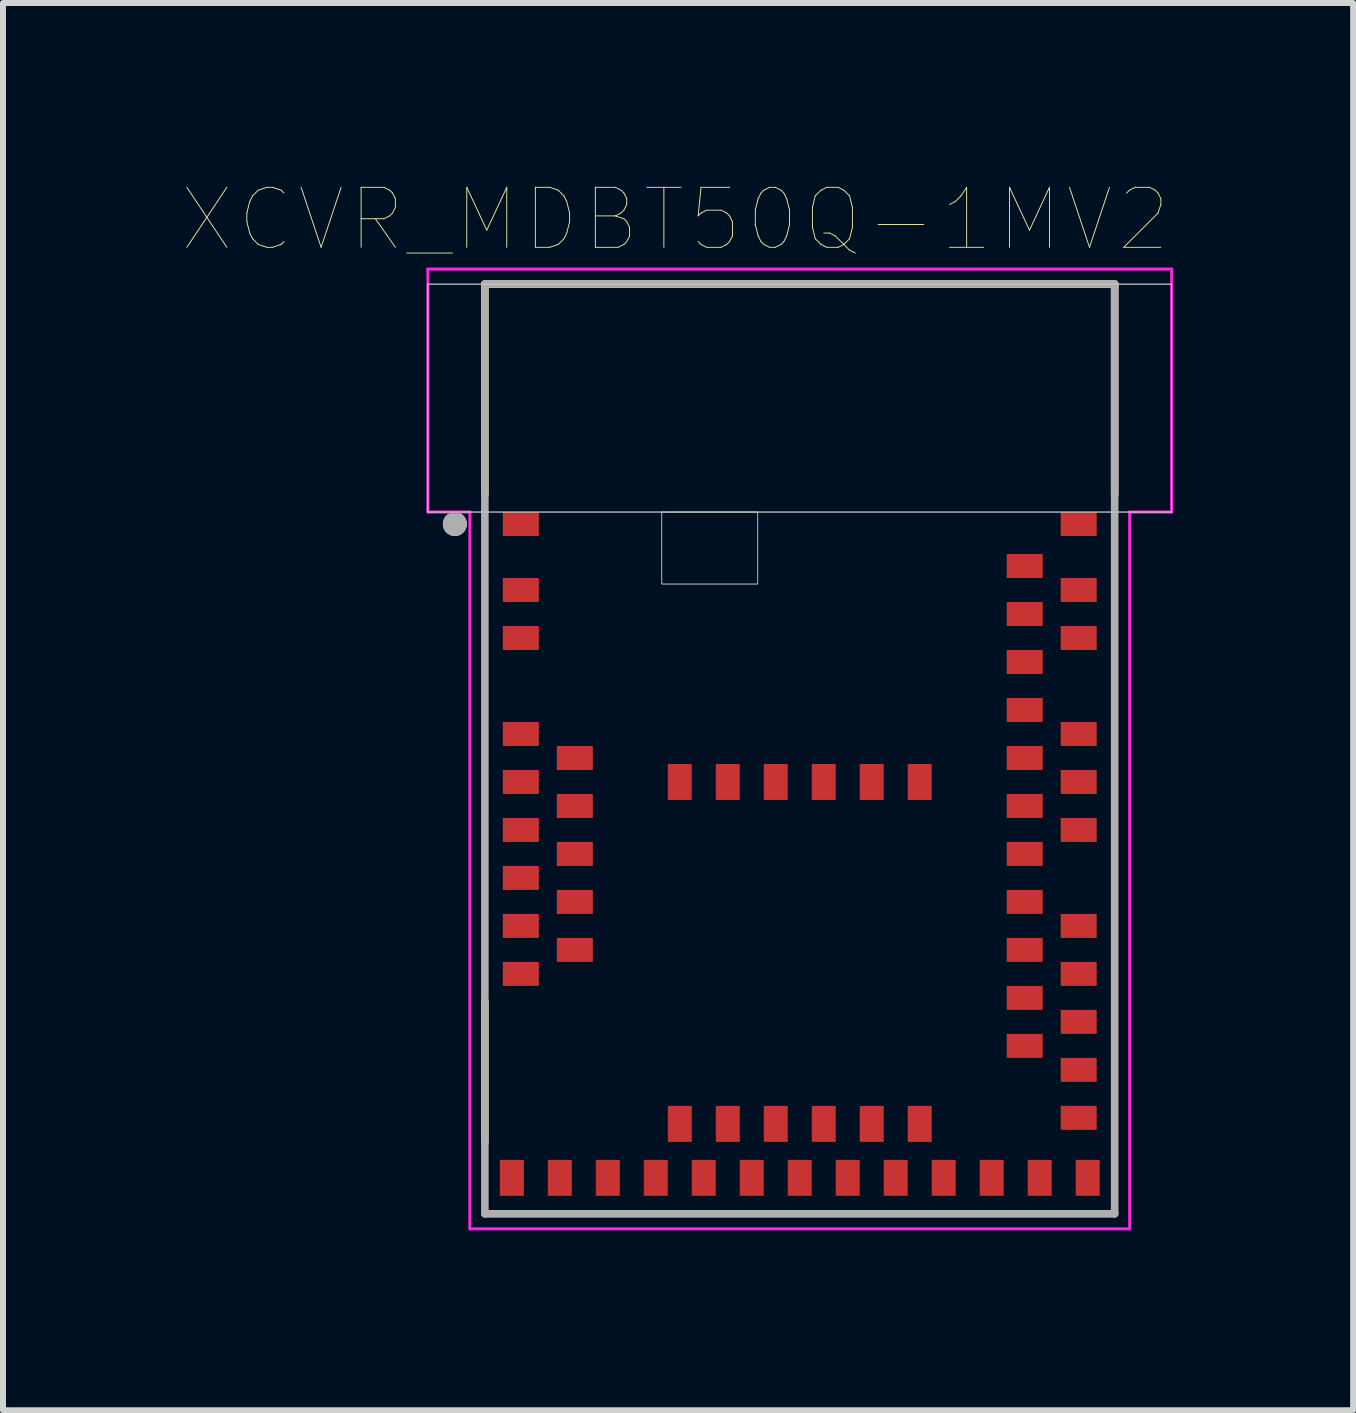
<source format=kicad_pcb>
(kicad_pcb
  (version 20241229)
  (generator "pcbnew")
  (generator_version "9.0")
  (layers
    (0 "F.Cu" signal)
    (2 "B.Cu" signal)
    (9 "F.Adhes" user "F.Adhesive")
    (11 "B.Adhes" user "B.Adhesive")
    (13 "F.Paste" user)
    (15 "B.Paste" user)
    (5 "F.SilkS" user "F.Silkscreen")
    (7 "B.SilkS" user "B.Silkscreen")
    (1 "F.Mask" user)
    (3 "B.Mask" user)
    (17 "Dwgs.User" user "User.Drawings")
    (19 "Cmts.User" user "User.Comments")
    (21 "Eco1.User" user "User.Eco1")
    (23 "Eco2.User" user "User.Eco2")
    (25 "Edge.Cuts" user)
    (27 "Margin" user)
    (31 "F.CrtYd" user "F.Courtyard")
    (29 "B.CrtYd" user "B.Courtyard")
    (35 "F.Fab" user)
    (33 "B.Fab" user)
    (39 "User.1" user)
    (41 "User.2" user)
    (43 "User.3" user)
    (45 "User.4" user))
  (footprint "XCVR_MDBT50Q-1MV2"
    (layer "F.Cu")
    (at 10.283 9.436)
    (property "Reference" "XCVR_MDBT50Q-1MV2" (at -2.075 -8.825 0) (layer "F.SilkS") (effects (font (size 1 1) (thickness 0.015))))
    (attr through_hole)
    (fp_line (start -5.25 -7.75) (end 5.25 -7.75) (stroke (width 0.127) (type solid)) (layer "F.SilkS"))
    (fp_line (start -5.25 -4.25) (end -5.25 -7.75) (stroke (width 0.127) (type solid)) (layer "F.SilkS"))
    (fp_line (start -5.25 4.2) (end -5.25 6.55) (stroke (width 0.127) (type solid)) (layer "F.SilkS"))
    (fp_line (start 5.25 -7.75) (end 5.25 -4.25) (stroke (width 0.127) (type solid)) (layer "F.SilkS"))
    (fp_circle (center -5.75 -3.75) (end -5.65 -3.75) (stroke (width 0.2) (type solid)) (fill no) (layer "F.SilkS"))
    (fp_poly (pts (xy -6.2 -7.75) (xy 6.2 -7.75) (xy 6.2 -3.95) (xy -6.2 -3.95)) (stroke (width 0.01) (type solid)) (fill no) (layer "Dwgs.User"))
    (fp_poly (pts (xy -6.2 -7.75) (xy 6.2 -7.75) (xy 6.2 -3.95) (xy -6.2 -3.95)) (stroke (width 0.01) (type solid)) (fill no) (layer "Dwgs.User"))
    (fp_poly (pts (xy -6.2 -7.75) (xy 6.2 -7.75) (xy 6.2 -3.95) (xy -6.2 -3.95)) (stroke (width 0.01) (type solid)) (fill no) (layer "Dwgs.User"))
    (fp_poly (pts (xy -2.3 -3.95) (xy -0.7 -3.95) (xy -0.7 -2.75) (xy -2.3 -2.75)) (stroke (width 0.01) (type solid)) (fill no) (layer "Dwgs.User"))
    (fp_poly (pts (xy -2.3 -3.95) (xy -0.7 -3.95) (xy -0.7 -2.75) (xy -2.3 -2.75)) (stroke (width 0.01) (type solid)) (fill no) (layer "Dwgs.User"))
    (fp_line (start -6.2 -8) (end 6.2 -8) (stroke (width 0.05) (type solid)) (layer "F.CrtYd"))
    (fp_line (start -6.2 -3.95) (end -6.2 -8) (stroke (width 0.05) (type solid)) (layer "F.CrtYd"))
    (fp_line (start -5.5 -3.95) (end -6.2 -3.95) (stroke (width 0.05) (type solid)) (layer "F.CrtYd"))
    (fp_line (start -5.5 8) (end -5.5 -3.95) (stroke (width 0.05) (type solid)) (layer "F.CrtYd"))
    (fp_line (start 5.5 -3.95) (end 5.5 8) (stroke (width 0.05) (type solid)) (layer "F.CrtYd"))
    (fp_line (start 5.5 8) (end -5.5 8) (stroke (width 0.05) (type solid)) (layer "F.CrtYd"))
    (fp_line (start 6.2 -8) (end 6.2 -3.95) (stroke (width 0.05) (type solid)) (layer "F.CrtYd"))
    (fp_line (start 6.2 -3.95) (end 5.5 -3.95) (stroke (width 0.05) (type solid)) (layer "F.CrtYd"))
    (fp_line (start -5.25 -7.75) (end 5.25 -7.75) (stroke (width 0.127) (type solid)) (layer "F.Fab"))
    (fp_line (start -5.25 7.75) (end -5.25 -7.75) (stroke (width 0.127) (type solid)) (layer "F.Fab"))
    (fp_line (start 5.25 -7.75) (end 5.25 7.75) (stroke (width 0.127) (type solid)) (layer "F.Fab"))
    (fp_line (start 5.25 7.75) (end -5.25 7.75) (stroke (width 0.127) (type solid)) (layer "F.Fab"))
    (fp_circle (center -5.75 -3.75) (end -5.65 -3.75) (stroke (width 0.2) (type solid)) (fill no) (layer "F.Fab"))
    (pad "1" smd rect (at -4.65 -3.75) (size 0.6 0.4) (layers "F.Cu" "F.Mask" "F.Paste"))
    (pad "2" smd rect (at -4.65 -2.65) (size 0.6 0.4) (layers "F.Cu" "F.Mask" "F.Paste"))
    (pad "3" smd rect (at -4.65 -1.85) (size 0.6 0.4) (layers "F.Cu" "F.Mask" "F.Paste"))
    (pad "4" smd rect (at -4.65 -0.25) (size 0.6 0.4) (layers "F.Cu" "F.Mask" "F.Paste"))
    (pad "5" smd rect (at -3.75 0.15) (size 0.6 0.4) (layers "F.Cu" "F.Mask" "F.Paste"))
    (pad "6" smd rect (at -4.65 0.55) (size 0.6 0.4) (layers "F.Cu" "F.Mask" "F.Paste"))
    (pad "7" smd rect (at -3.75 0.95) (size 0.6 0.4) (layers "F.Cu" "F.Mask" "F.Paste"))
    (pad "8" smd rect (at -4.65 1.35) (size 0.6 0.4) (layers "F.Cu" "F.Mask" "F.Paste"))
    (pad "9" smd rect (at -3.75 1.75) (size 0.6 0.4) (layers "F.Cu" "F.Mask" "F.Paste"))
    (pad "10" smd rect (at -4.65 2.15) (size 0.6 0.4) (layers "F.Cu" "F.Mask" "F.Paste"))
    (pad "11" smd rect (at -3.75 2.55) (size 0.6 0.4) (layers "F.Cu" "F.Mask" "F.Paste"))
    (pad "12" smd rect (at -4.65 2.95) (size 0.6 0.4) (layers "F.Cu" "F.Mask" "F.Paste"))
    (pad "13" smd rect (at -3.75 3.35) (size 0.6 0.4) (layers "F.Cu" "F.Mask" "F.Paste"))
    (pad "14" smd rect (at -4.65 3.75) (size 0.6 0.4) (layers "F.Cu" "F.Mask" "F.Paste"))
    (pad "15" smd rect (at -4.8 7.15) (size 0.4 0.6) (layers "F.Cu" "F.Mask" "F.Paste"))
    (pad "16" smd rect (at -4 7.15) (size 0.4 0.6) (layers "F.Cu" "F.Mask" "F.Paste"))
    (pad "17" smd rect (at -3.2 7.15) (size 0.4 0.6) (layers "F.Cu" "F.Mask" "F.Paste"))
    (pad "18" smd rect (at -2.4 7.15) (size 0.4 0.6) (layers "F.Cu" "F.Mask" "F.Paste"))
    (pad "19" smd rect (at -2 6.25) (size 0.4 0.6) (layers "F.Cu" "F.Mask" "F.Paste"))
    (pad "20" smd rect (at -1.6 7.15) (size 0.4 0.6) (layers "F.Cu" "F.Mask" "F.Paste"))
    (pad "21" smd rect (at -1.2 6.25) (size 0.4 0.6) (layers "F.Cu" "F.Mask" "F.Paste"))
    (pad "22" smd rect (at -0.8 7.15) (size 0.4 0.6) (layers "F.Cu" "F.Mask" "F.Paste"))
    (pad "23" smd rect (at -0.4 6.25) (size 0.4 0.6) (layers "F.Cu" "F.Mask" "F.Paste"))
    (pad "24" smd rect (at 0 7.15) (size 0.4 0.6) (layers "F.Cu" "F.Mask" "F.Paste"))
    (pad "25" smd rect (at 0.4 6.25) (size 0.4 0.6) (layers "F.Cu" "F.Mask" "F.Paste"))
    (pad "26" smd rect (at 0.8 7.15) (size 0.4 0.6) (layers "F.Cu" "F.Mask" "F.Paste"))
    (pad "27" smd rect (at 1.2 6.25) (size 0.4 0.6) (layers "F.Cu" "F.Mask" "F.Paste"))
    (pad "28" smd rect (at 1.6 7.15) (size 0.4 0.6) (layers "F.Cu" "F.Mask" "F.Paste"))
    (pad "29" smd rect (at 2 6.25) (size 0.4 0.6) (layers "F.Cu" "F.Mask" "F.Paste"))
    (pad "30" smd rect (at 2.4 7.15) (size 0.4 0.6) (layers "F.Cu" "F.Mask" "F.Paste"))
    (pad "31" smd rect (at 3.2 7.15) (size 0.4 0.6) (layers "F.Cu" "F.Mask" "F.Paste"))
    (pad "32" smd rect (at 4 7.15) (size 0.4 0.6) (layers "F.Cu" "F.Mask" "F.Paste"))
    (pad "33" smd rect (at 4.8 7.15) (size 0.4 0.6) (layers "F.Cu" "F.Mask" "F.Paste"))
    (pad "34" smd rect (at 4.65 6.15) (size 0.6 0.4) (layers "F.Cu" "F.Mask" "F.Paste"))
    (pad "35" smd rect (at 4.65 5.35) (size 0.6 0.4) (layers "F.Cu" "F.Mask" "F.Paste"))
    (pad "36" smd rect (at 3.75 4.95) (size 0.6 0.4) (layers "F.Cu" "F.Mask" "F.Paste"))
    (pad "37" smd rect (at 4.65 4.55) (size 0.6 0.4) (layers "F.Cu" "F.Mask" "F.Paste"))
    (pad "38" smd rect (at 3.75 4.15) (size 0.6 0.4) (layers "F.Cu" "F.Mask" "F.Paste"))
    (pad "39" smd rect (at 4.65 3.75) (size 0.6 0.4) (layers "F.Cu" "F.Mask" "F.Paste"))
    (pad "40" smd rect (at 3.75 3.35) (size 0.6 0.4) (layers "F.Cu" "F.Mask" "F.Paste"))
    (pad "41" smd rect (at 4.65 2.95) (size 0.6 0.4) (layers "F.Cu" "F.Mask" "F.Paste"))
    (pad "42" smd rect (at 3.75 2.55) (size 0.6 0.4) (layers "F.Cu" "F.Mask" "F.Paste"))
    (pad "43" smd rect (at 3.75 1.75) (size 0.6 0.4) (layers "F.Cu" "F.Mask" "F.Paste"))
    (pad "44" smd rect (at 4.65 1.35) (size 0.6 0.4) (layers "F.Cu" "F.Mask" "F.Paste"))
    (pad "45" smd rect (at 3.75 0.95) (size 0.6 0.4) (layers "F.Cu" "F.Mask" "F.Paste"))
    (pad "46" smd rect (at 4.65 0.55) (size 0.6 0.4) (layers "F.Cu" "F.Mask" "F.Paste"))
    (pad "47" smd rect (at 3.75 0.15) (size 0.6 0.4) (layers "F.Cu" "F.Mask" "F.Paste"))
    (pad "48" smd rect (at 4.65 -0.25) (size 0.6 0.4) (layers "F.Cu" "F.Mask" "F.Paste"))
    (pad "49" smd rect (at 3.75 -0.65) (size 0.6 0.4) (layers "F.Cu" "F.Mask" "F.Paste"))
    (pad "50" smd rect (at 3.75 -1.45) (size 0.6 0.4) (layers "F.Cu" "F.Mask" "F.Paste"))
    (pad "51" smd rect (at 4.65 -1.85) (size 0.6 0.4) (layers "F.Cu" "F.Mask" "F.Paste"))
    (pad "52" smd rect (at 3.75 -2.25) (size 0.6 0.4) (layers "F.Cu" "F.Mask" "F.Paste"))
    (pad "53" smd rect (at 4.65 -2.65) (size 0.6 0.4) (layers "F.Cu" "F.Mask" "F.Paste"))
    (pad "54" smd rect (at 3.75 -3.05) (size 0.6 0.4) (layers "F.Cu" "F.Mask" "F.Paste"))
    (pad "55" smd rect (at 4.65 -3.75) (size 0.6 0.4) (layers "F.Cu" "F.Mask" "F.Paste"))
    (pad "56" smd rect (at -2 0.55) (size 0.4 0.6) (layers "F.Cu" "F.Mask" "F.Paste"))
    (pad "57" smd rect (at -1.2 0.55) (size 0.4 0.6) (layers "F.Cu" "F.Mask" "F.Paste"))
    (pad "58" smd rect (at -0.4 0.55) (size 0.4 0.6) (layers "F.Cu" "F.Mask" "F.Paste"))
    (pad "59" smd rect (at 0.4 0.55) (size 0.4 0.6) (layers "F.Cu" "F.Mask" "F.Paste"))
    (pad "60" smd rect (at 1.2 0.55) (size 0.4 0.6) (layers "F.Cu" "F.Mask" "F.Paste"))
    (pad "61" smd rect (at 2 0.55) (size 0.4 0.6) (layers "F.Cu" "F.Mask" "F.Paste")))
  (gr_rect
    (start -3 -3)
    (end 19.508 20.461)
    (stroke (width 0.1) (type default))
    (fill no)
    (layer "Edge.Cuts")))
</source>
